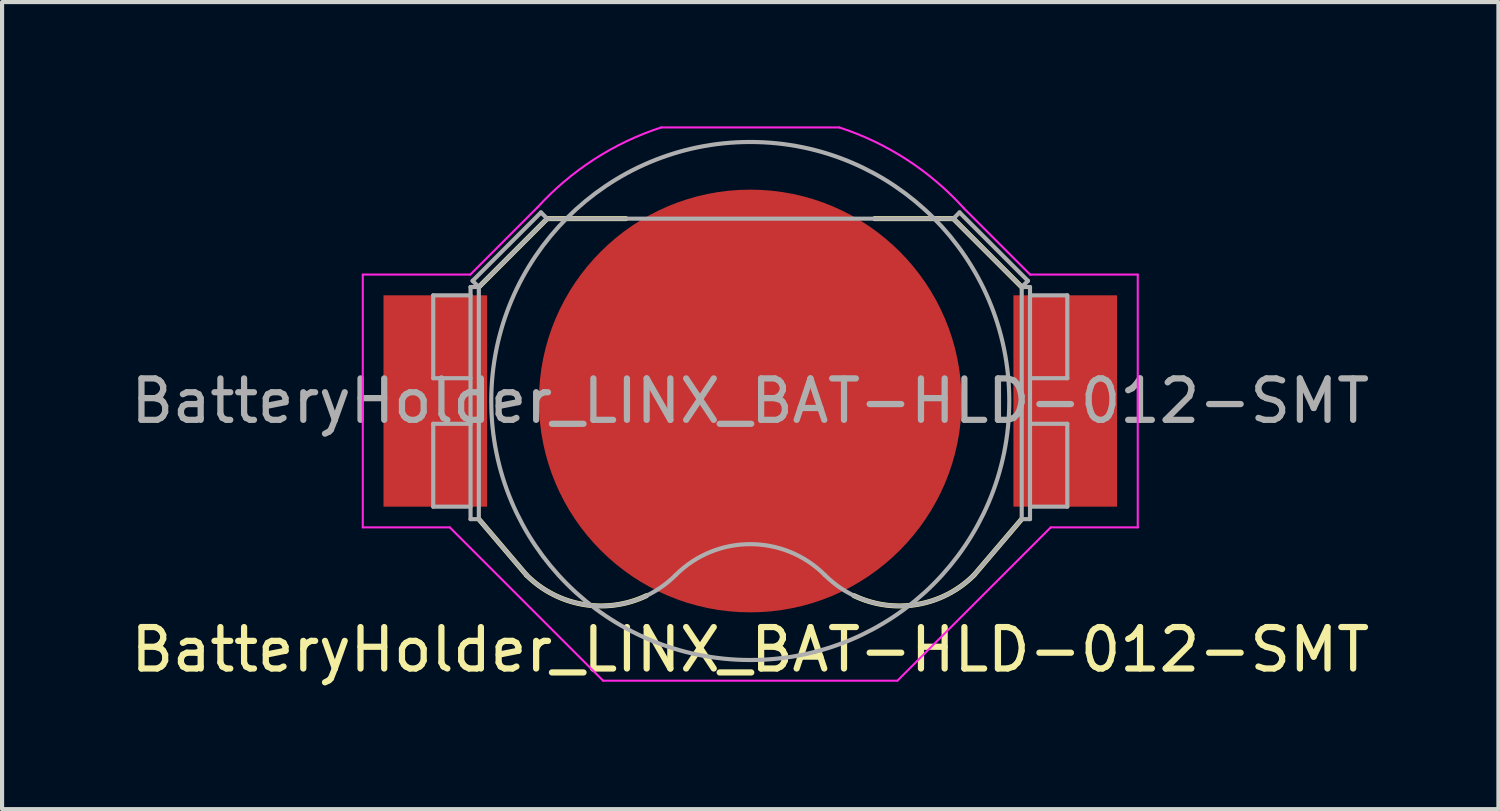
<source format=kicad_pcb>
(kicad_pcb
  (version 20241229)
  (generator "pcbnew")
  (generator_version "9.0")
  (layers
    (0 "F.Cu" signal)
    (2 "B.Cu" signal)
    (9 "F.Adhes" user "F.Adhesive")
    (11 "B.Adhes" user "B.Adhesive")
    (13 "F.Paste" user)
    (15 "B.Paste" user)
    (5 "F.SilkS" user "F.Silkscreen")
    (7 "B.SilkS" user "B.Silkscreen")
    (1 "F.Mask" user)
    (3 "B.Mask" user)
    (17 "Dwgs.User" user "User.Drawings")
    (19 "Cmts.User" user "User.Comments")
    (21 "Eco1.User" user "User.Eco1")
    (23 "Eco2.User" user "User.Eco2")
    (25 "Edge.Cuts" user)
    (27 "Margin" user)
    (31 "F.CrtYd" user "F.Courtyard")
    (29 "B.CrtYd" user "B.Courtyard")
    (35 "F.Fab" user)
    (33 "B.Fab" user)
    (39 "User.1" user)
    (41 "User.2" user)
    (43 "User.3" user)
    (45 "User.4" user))
  (footprint "BatteryHolder_LINX_BAT-HLD-012-SMT"
    (layer "F.Cu")
    (at 15.054 6.626)
    (property "Reference" "BatteryHolder_LINX_BAT-HLD-012-SMT" (at 0 6 0) (layer "F.SilkS") (effects (font (size 1 1) (thickness 0.15))))
    (attr smd)
    (fp_line (start -6.55 -2.75) (end -4.9 -4.4) (stroke (width 0.12) (type solid)) (layer "F.SilkS"))
    (fp_line (start -6.55 2.85) (end -5.4 4.2) (stroke (width 0.12) (type solid)) (layer "F.SilkS"))
    (fp_line (start -4.9 -4.4) (end -3 -4.4) (stroke (width 0.12) (type solid)) (layer "F.SilkS"))
    (fp_line (start 4.9 -4.4) (end 3 -4.4) (stroke (width 0.12) (type solid)) (layer "F.SilkS"))
    (fp_line (start 4.9 -4.4) (end 6.55 -2.75) (stroke (width 0.12) (type solid)) (layer "F.SilkS"))
    (fp_line (start 6.55 2.85) (end 5.4 4.2) (stroke (width 0.12) (type solid)) (layer "F.SilkS"))
    (fp_arc (start -2.504098 4.697607) (mid -4.031094 4.908816) (end -5.4 4.2) (stroke (width 0.12) (type solid)) (layer "F.SilkS"))
    (fp_arc (start 5.4 4.2) (mid 4.029781 4.909041) (end 2.501694 4.696459) (stroke (width 0.12) (type solid)) (layer "F.SilkS"))
    (fp_line (start -9.35 -3.05) (end -6.756 -3.05) (stroke (width 0.05) (type solid)) (layer "F.CrtYd"))
    (fp_line (start -9.35 3.05) (end -9.35 -3.05) (stroke (width 0.05) (type solid)) (layer "F.CrtYd"))
    (fp_line (start -9.35 3.05) (end -7.25 3.05) (stroke (width 0.05) (type solid)) (layer "F.CrtYd"))
    (fp_line (start -6.756 -3.05) (end -5.133 -4.674) (stroke (width 0.05) (type solid)) (layer "F.CrtYd"))
    (fp_line (start -3.55 6.75) (end -7.25 3.05) (stroke (width 0.05) (type solid)) (layer "F.CrtYd"))
    (fp_line (start -3.55 6.75) (end 3.55 6.75) (stroke (width 0.05) (type solid)) (layer "F.CrtYd"))
    (fp_line (start 2.149 -6.601) (end -2.149 -6.601) (stroke (width 0.05) (type solid)) (layer "F.CrtYd"))
    (fp_line (start 3.55 6.75) (end 7.25 3.05) (stroke (width 0.05) (type solid)) (layer "F.CrtYd"))
    (fp_line (start 6.756 -3.05) (end 9.35 -3.05) (stroke (width 0.05) (type solid)) (layer "F.CrtYd"))
    (fp_line (start 6.756 -3.048) (end 5.156 -4.648) (stroke (width 0.05) (type solid)) (layer "F.CrtYd"))
    (fp_line (start 9.35 -3.05) (end 9.35 3.05) (stroke (width 0.05) (type solid)) (layer "F.CrtYd"))
    (fp_line (start 9.35 3.05) (end 7.25 3.05) (stroke (width 0.05) (type solid)) (layer "F.CrtYd"))
    (fp_arc (start -5.133257 -4.673525) (mid -3.766402 -5.831499) (end -2.148737 -6.601143) (stroke (width 0.05) (type solid)) (layer "F.CrtYd"))
    (fp_arc (start 2.148737 -6.601143) (mid 3.780744 -5.822211) (end 5.1562 -4.6482) (stroke (width 0.05) (type solid)) (layer "F.CrtYd"))
    (fp_line (start -7.65 -2.55) (end -7.65 -0.55) (stroke (width 0.1) (type solid)) (layer "F.Fab"))
    (fp_line (start -7.65 -2.55) (end -6.75 -2.55) (stroke (width 0.1) (type solid)) (layer "F.Fab"))
    (fp_line (start -7.65 -0.55) (end -6.75 -0.55) (stroke (width 0.1) (type solid)) (layer "F.Fab"))
    (fp_line (start -7.65 0.55) (end -7.65 2.55) (stroke (width 0.1) (type solid)) (layer "F.Fab"))
    (fp_line (start -7.65 2.55) (end -6.75 2.55) (stroke (width 0.1) (type solid)) (layer "F.Fab"))
    (fp_line (start -6.75 -2.75) (end -6.55 -2.75) (stroke (width 0.1) (type solid)) (layer "F.Fab"))
    (fp_line (start -6.75 0.55) (end -7.65 0.55) (stroke (width 0.1) (type solid)) (layer "F.Fab"))
    (fp_line (start -6.75 2.85) (end -6.75 -2.75) (stroke (width 0.1) (type solid)) (layer "F.Fab"))
    (fp_line (start -6.75 2.85) (end -6.55 2.85) (stroke (width 0.1) (type solid)) (layer "F.Fab"))
    (fp_line (start -6.7 -2.9) (end -5.05 -4.55) (stroke (width 0.1) (type solid)) (layer "F.Fab"))
    (fp_line (start -6.55 -2.75) (end -6.7 -2.9) (stroke (width 0.1) (type solid)) (layer "F.Fab"))
    (fp_line (start -6.55 -2.75) (end -4.9 -4.4) (stroke (width 0.1) (type solid)) (layer "F.Fab"))
    (fp_line (start -6.55 2.85) (end -6.55 -2.75) (stroke (width 0.1) (type solid)) (layer "F.Fab"))
    (fp_line (start -6.55 2.85) (end -5.4 4.2) (stroke (width 0.1) (type solid)) (layer "F.Fab"))
    (fp_line (start -5.05 -4.55) (end -4.9 -4.4) (stroke (width 0.1) (type solid)) (layer "F.Fab"))
    (fp_line (start 4.9 -4.4) (end -4.9 -4.4) (stroke (width 0.1) (type solid)) (layer "F.Fab"))
    (fp_line (start 5.05 -4.55) (end 4.9 -4.4) (stroke (width 0.1) (type solid)) (layer "F.Fab"))
    (fp_line (start 6.55 -2.75) (end 4.9 -4.4) (stroke (width 0.1) (type solid)) (layer "F.Fab"))
    (fp_line (start 6.55 -2.75) (end 6.7 -2.9) (stroke (width 0.1) (type solid)) (layer "F.Fab"))
    (fp_line (start 6.55 -2.75) (end 6.75 -2.75) (stroke (width 0.1) (type solid)) (layer "F.Fab"))
    (fp_line (start 6.55 2.85) (end 5.4 4.2) (stroke (width 0.1) (type solid)) (layer "F.Fab"))
    (fp_line (start 6.55 2.85) (end 6.55 -2.75) (stroke (width 0.1) (type solid)) (layer "F.Fab"))
    (fp_line (start 6.7 -2.9) (end 5.05 -4.55) (stroke (width 0.1) (type solid)) (layer "F.Fab"))
    (fp_line (start 6.75 -0.55) (end 7.65 -0.55) (stroke (width 0.1) (type solid)) (layer "F.Fab"))
    (fp_line (start 6.75 2.55) (end 7.65 2.55) (stroke (width 0.1) (type solid)) (layer "F.Fab"))
    (fp_line (start 6.75 2.85) (end 6.55 2.85) (stroke (width 0.1) (type solid)) (layer "F.Fab"))
    (fp_line (start 6.75 2.85) (end 6.75 -2.75) (stroke (width 0.1) (type solid)) (layer "F.Fab"))
    (fp_line (start 7.65 -2.55) (end 6.75 -2.55) (stroke (width 0.1) (type solid)) (layer "F.Fab"))
    (fp_line (start 7.65 -0.55) (end 7.65 -2.55) (stroke (width 0.1) (type solid)) (layer "F.Fab"))
    (fp_line (start 7.65 0.55) (end 6.75 0.55) (stroke (width 0.1) (type solid)) (layer "F.Fab"))
    (fp_line (start 7.65 2.55) (end 7.65 0.55) (stroke (width 0.1) (type solid)) (layer "F.Fab"))
    (fp_arc (start -1.8 4.2) (mid -3.6 4.945584) (end -5.4 4.2) (stroke (width 0.1) (type solid)) (layer "F.Fab"))
    (fp_arc (start -1.8 4.2) (mid 0 3.454416) (end 1.8 4.2) (stroke (width 0.1) (type solid)) (layer "F.Fab"))
    (fp_arc (start 5.4 4.2) (mid 3.6 4.945584) (end 1.8 4.2) (stroke (width 0.1) (type solid)) (layer "F.Fab"))
    (fp_circle (center 0 0) (end -6.25 0) (stroke (width 0.1) (type solid)) (fill no) (layer "F.Fab"))
    (fp_text user "${REFERENCE}" (at 0 0 0) (layer "F.Fab") (effects (font (size 1 1) (thickness 0.15))))
    (pad "1" smd rect (at -7.6 0) (size 2.5 5.1) (layers "F.Cu" "F.Mask" "F.Paste"))
    (pad "1" smd rect (at 7.6 0) (size 2.5 5.1) (layers "F.Cu" "F.Mask" "F.Paste"))
    (pad "2" smd circle (at 0 0) (size 10.2 10.2) (layers "F.Cu" "F.Mask")))
  (gr_rect
    (start -3 -3)
    (end 33.107 16.474)
    (stroke (width 0.1) (type default))
    (fill no)
    (layer "Edge.Cuts")))
</source>
